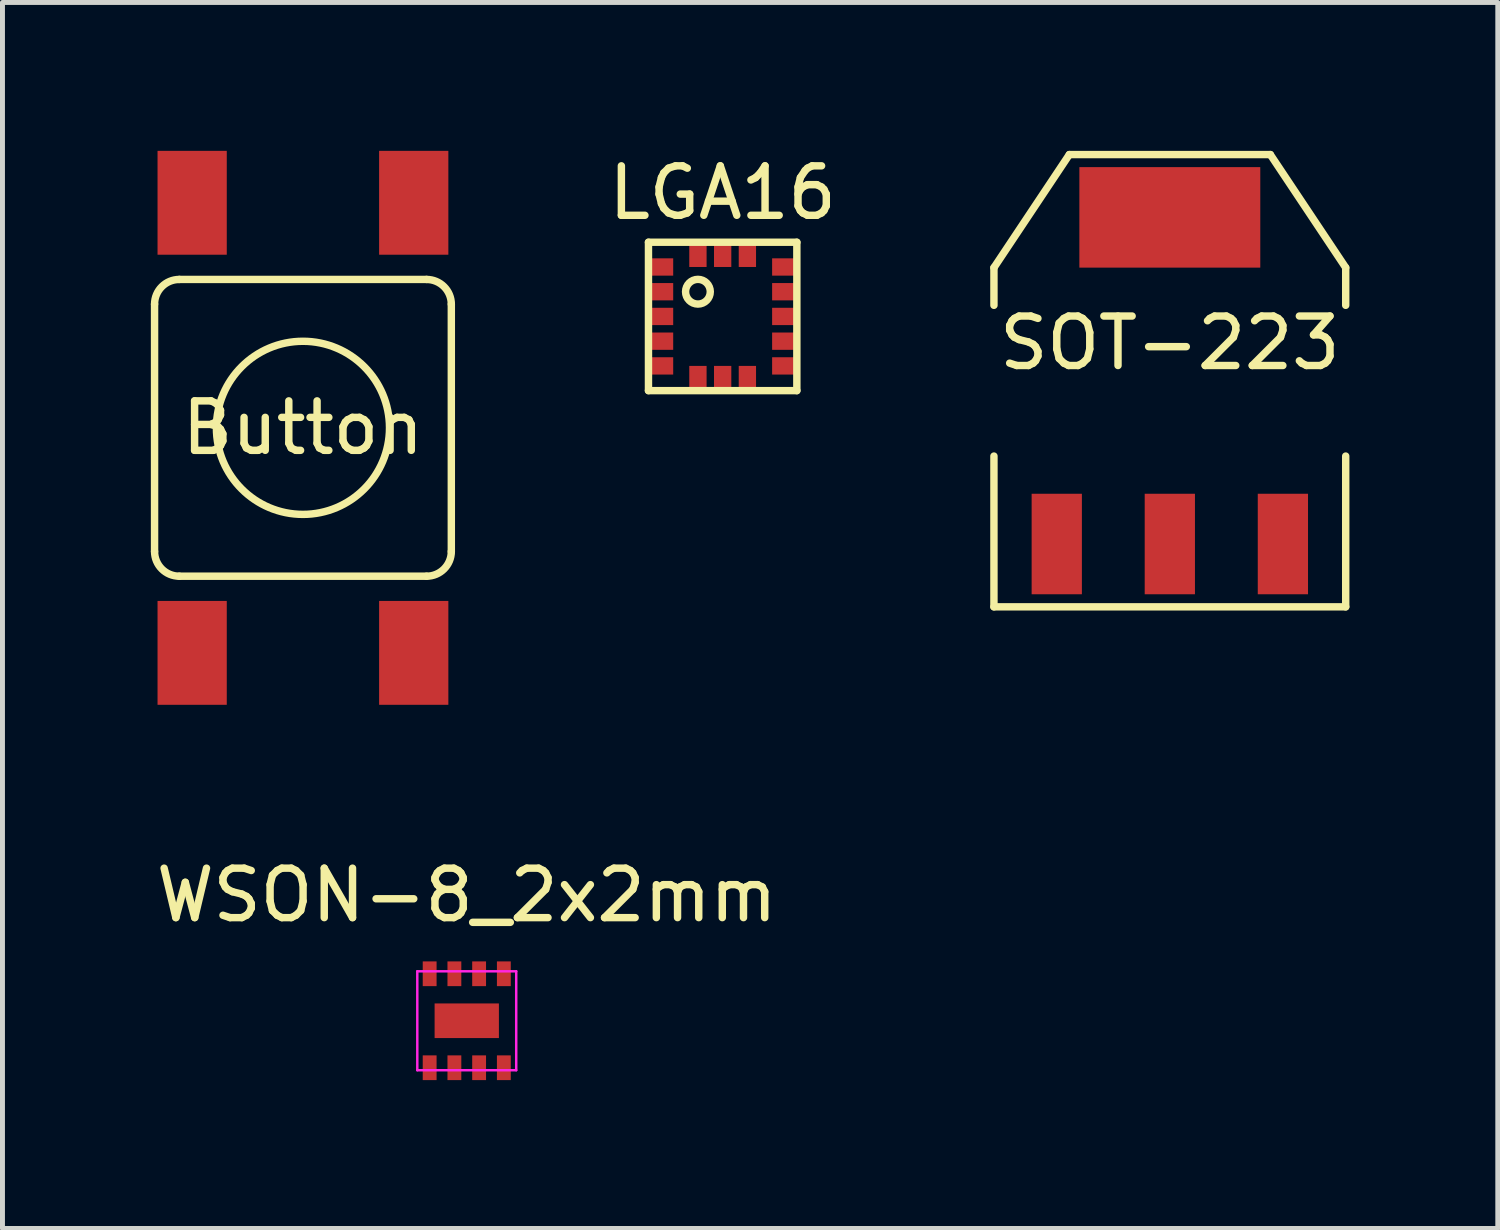
<source format=kicad_pcb>
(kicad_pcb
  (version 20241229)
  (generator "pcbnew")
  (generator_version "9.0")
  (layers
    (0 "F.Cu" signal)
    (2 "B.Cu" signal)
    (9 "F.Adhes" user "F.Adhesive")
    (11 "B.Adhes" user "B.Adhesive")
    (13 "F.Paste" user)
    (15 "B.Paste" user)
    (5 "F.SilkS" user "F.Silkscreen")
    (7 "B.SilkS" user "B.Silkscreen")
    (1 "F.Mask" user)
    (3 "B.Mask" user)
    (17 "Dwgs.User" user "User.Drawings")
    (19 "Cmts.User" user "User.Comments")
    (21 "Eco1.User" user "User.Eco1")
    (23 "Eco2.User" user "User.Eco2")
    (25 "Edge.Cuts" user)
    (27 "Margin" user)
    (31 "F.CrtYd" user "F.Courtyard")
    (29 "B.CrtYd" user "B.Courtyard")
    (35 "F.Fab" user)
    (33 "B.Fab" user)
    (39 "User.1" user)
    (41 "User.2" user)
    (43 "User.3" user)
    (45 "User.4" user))
  (footprint "WSON-8_2x2mm"
    (layer "F.Cu")
    (at 6.387 17.588)
    (property "Reference" "WSON-8_2x2mm" (at 0 -2.54 0) (layer "F.SilkS") (effects (font (size 1 1) (thickness 0.15))))
    (attr smd)
    (fp_line (start -1 -1) (end -1 1) (stroke (width 0.05) (type solid)) (layer "F.CrtYd"))
    (fp_line (start -1 -1) (end 1 -1) (stroke (width 0.05) (type solid)) (layer "F.CrtYd"))
    (fp_line (start -1 1) (end 1 1) (stroke (width 0.05) (type solid)) (layer "F.CrtYd"))
    (fp_line (start 1 -1) (end 1 1) (stroke (width 0.05) (type solid)) (layer "F.CrtYd"))
    (pad "1" smd rect (at -0.75 -0.95) (size 0.28 0.5) (layers "F.Cu" "F.Mask" "F.Paste"))
    (pad "2" smd rect (at -0.25 -0.95) (size 0.28 0.5) (layers "F.Cu" "F.Mask" "F.Paste"))
    (pad "3" smd rect (at 0.25 -0.95) (size 0.28 0.5) (layers "F.Cu" "F.Mask" "F.Paste"))
    (pad "4" smd rect (at 0.75 -0.95) (size 0.28 0.5) (layers "F.Cu" "F.Mask" "F.Paste"))
    (pad "5" smd rect (at 0.75 0.95) (size 0.28 0.5) (layers "F.Cu" "F.Mask" "F.Paste"))
    (pad "6" smd rect (at 0.25 0.95) (size 0.28 0.5) (layers "F.Cu" "F.Mask" "F.Paste"))
    (pad "7" smd rect (at -0.25 0.95) (size 0.28 0.5) (layers "F.Cu" "F.Mask" "F.Paste"))
    (pad "8" smd rect (at -0.75 0.95) (size 0.28 0.5) (layers "F.Cu" "F.Mask" "F.Paste"))
    (pad "9" smd rect (at 0 0) (size 1.3 0.7) (layers "F.Cu" "F.Mask" "F.Paste")))
  (footprint "LGA16"
    (layer "F.Cu")
    (at 11.561 3.348)
    (property "Reference" "LGA16" (at 0 -2.5 0) (layer "F.SilkS") (effects (font (size 1 1) (thickness 0.15))))
    (attr through_hole)
    (fp_line (start -0.7 -0.7) (end -0.7 0.7) (stroke (width 0.2) (type solid)) (layer "F.Mask"))
    (fp_line (start -0.7 0.7) (end 0.7 0.7) (stroke (width 0.2) (type solid)) (layer "F.Mask"))
    (fp_line (start -0.5 -0.6) (end -0.5 0.6) (stroke (width 0.2) (type solid)) (layer "F.Mask"))
    (fp_line (start -0.3 -0.6) (end -0.3 0.6) (stroke (width 0.2) (type solid)) (layer "F.Mask"))
    (fp_line (start -0.1 -0.6) (end -0.1 0.6) (stroke (width 0.2) (type solid)) (layer "F.Mask"))
    (fp_line (start 0.1 -0.6) (end 0.1 0.6) (stroke (width 0.2) (type solid)) (layer "F.Mask"))
    (fp_line (start 0.3 -0.6) (end 0.3 0.6) (stroke (width 0.2) (type solid)) (layer "F.Mask"))
    (fp_line (start 0.5 -0.6) (end 0.5 0.6) (stroke (width 0.2) (type solid)) (layer "F.Mask"))
    (fp_line (start 0.7 -0.7) (end -0.7 -0.7) (stroke (width 0.2) (type solid)) (layer "F.Mask"))
    (fp_line (start 0.7 0.7) (end 0.7 -0.7) (stroke (width 0.2) (type solid)) (layer "F.Mask"))
    (fp_line (start -1.5 -1.5) (end 1.5 -1.5) (stroke (width 0.15) (type solid)) (layer "F.SilkS"))
    (fp_line (start -1.5 1.5) (end -1.5 -1.5) (stroke (width 0.15) (type solid)) (layer "F.SilkS"))
    (fp_line (start 1.5 -1.5) (end 1.5 1.5) (stroke (width 0.15) (type solid)) (layer "F.SilkS"))
    (fp_line (start 1.5 1.5) (end -1.5 1.5) (stroke (width 0.15) (type solid)) (layer "F.SilkS"))
    (fp_circle (center -0.5 -0.5) (end -0.25 -0.5) (stroke (width 0.15) (type solid)) (fill no) (layer "F.SilkS"))
    (pad "1" smd rect (at -1.225 -1) (size 0.45 0.35) (layers "F.Cu" "F.Mask" "F.Paste"))
    (pad "2" smd rect (at -1.225 -0.5) (size 0.45 0.35) (layers "F.Cu" "F.Mask" "F.Paste"))
    (pad "3" smd rect (at -1.225 0) (size 0.45 0.35) (layers "F.Cu" "F.Mask" "F.Paste"))
    (pad "4" smd rect (at -1.225 0.5) (size 0.45 0.35) (layers "F.Cu" "F.Mask" "F.Paste"))
    (pad "5" smd rect (at -1.225 1) (size 0.45 0.35) (layers "F.Cu" "F.Mask" "F.Paste"))
    (pad "6" smd rect (at -0.5 1.225) (size 0.35 0.45) (layers "F.Cu" "F.Mask" "F.Paste"))
    (pad "7" smd rect (at 0 1.225) (size 0.35 0.45) (layers "F.Cu" "F.Mask" "F.Paste"))
    (pad "8" smd rect (at 0.5 1.225) (size 0.35 0.45) (layers "F.Cu" "F.Mask" "F.Paste"))
    (pad "9" smd rect (at 1.225 1) (size 0.45 0.35) (layers "F.Cu" "F.Mask" "F.Paste"))
    (pad "10" smd rect (at 1.225 0.5) (size 0.45 0.35) (layers "F.Cu" "F.Mask" "F.Paste"))
    (pad "11" smd rect (at 1.225 0) (size 0.45 0.35) (layers "F.Cu" "F.Mask" "F.Paste"))
    (pad "12" smd rect (at 1.225 -0.5) (size 0.45 0.35) (layers "F.Cu" "F.Mask" "F.Paste"))
    (pad "13" smd rect (at 1.225 -1) (size 0.45 0.35) (layers "F.Cu" "F.Mask" "F.Paste"))
    (pad "14" smd rect (at 0.5 -1.225) (size 0.35 0.45) (layers "F.Cu" "F.Mask" "F.Paste"))
    (pad "15" smd rect (at 0 -1.225) (size 0.35 0.45) (layers "F.Cu" "F.Mask" "F.Paste"))
    (pad "16" smd rect (at -0.5 -1.225) (size 0.35 0.45) (layers "F.Cu" "F.Mask" "F.Paste")))
  (footprint "Button"
    (layer "F.Cu")
    (at 3.075 5.6)
    (property "Reference" "Button" (at 0 0 0) (layer "F.SilkS") (effects (font (size 1 1) (thickness 0.15))))
    (attr through_hole)
    (fp_line (start -3 2.5) (end -3 -2.5) (stroke (width 0.15) (type solid)) (layer "F.SilkS"))
    (fp_line (start -2.5 -3) (end 2.5 -3) (stroke (width 0.15) (type solid)) (layer "F.SilkS"))
    (fp_line (start 2.5 3) (end -2.5 3) (stroke (width 0.15) (type solid)) (layer "F.SilkS"))
    (fp_line (start 3 -2.5) (end 3 2.5) (stroke (width 0.15) (type solid)) (layer "F.SilkS"))
    (fp_arc (start -3 -2.5) (mid -2.853553 -2.853553) (end -2.5 -3) (stroke (width 0.15) (type solid)) (layer "F.SilkS"))
    (fp_arc (start -2.5 3) (mid -2.853553 2.853553) (end -3 2.5) (stroke (width 0.15) (type solid)) (layer "F.SilkS"))
    (fp_arc (start 2.5 -3) (mid 2.853553 -2.853553) (end 3 -2.5) (stroke (width 0.15) (type solid)) (layer "F.SilkS"))
    (fp_arc (start 3 2.5) (mid 2.853553 2.853553) (end 2.5 3) (stroke (width 0.15) (type solid)) (layer "F.SilkS"))
    (fp_circle (center 0 0) (end 1.75 0) (stroke (width 0.15) (type solid)) (fill no) (layer "F.SilkS"))
    (pad "1" smd rect (at 2.24 -4.55) (size 1.4 2.1) (layers "F.Cu" "F.Mask" "F.Paste"))
    (pad "1" smd rect (at 2.24 4.55) (size 1.4 2.1) (layers "F.Cu" "F.Mask" "F.Paste"))
    (pad "2" smd rect (at -2.24 -4.55) (size 1.4 2.1) (layers "F.Cu" "F.Mask" "F.Paste"))
    (pad "2" smd rect (at -2.24 4.55) (size 1.4 2.1) (layers "F.Cu" "F.Mask" "F.Paste")))
  (footprint "SOT-223"
    (layer "F.Cu")
    (at 20.602 4.647)
    (property "Reference" "SOT-223" (at 0 -0.762 0) (layer "F.SilkS") (effects (font (size 1 1) (thickness 0.15))))
    (attr smd)
    (fp_line (start -3.556 -2.286) (end -2.032 -4.572) (stroke (width 0.15) (type solid)) (layer "F.SilkS"))
    (fp_line (start -3.556 -1.524) (end -3.556 -2.286) (stroke (width 0.15) (type solid)) (layer "F.SilkS"))
    (fp_line (start -3.556 1.524) (end -3.556 4.572) (stroke (width 0.15) (type solid)) (layer "F.SilkS"))
    (fp_line (start -3.556 4.572) (end 3.556 4.572) (stroke (width 0.15) (type solid)) (layer "F.SilkS"))
    (fp_line (start -2.032 -4.572) (end 2.032 -4.572) (stroke (width 0.15) (type solid)) (layer "F.SilkS"))
    (fp_line (start 2.032 -4.572) (end 3.556 -2.286) (stroke (width 0.15) (type solid)) (layer "F.SilkS"))
    (fp_line (start 3.556 -2.286) (end 3.556 -1.524) (stroke (width 0.15) (type solid)) (layer "F.SilkS"))
    (fp_line (start 3.556 4.572) (end 3.556 1.524) (stroke (width 0.15) (type solid)) (layer "F.SilkS"))
    (pad "1" smd rect (at -2.286 3.302) (size 1.016 2.032) (layers "F.Cu" "F.Mask" "F.Paste"))
    (pad "2" smd rect (at 0 -3.302) (size 3.658 2.032) (layers "F.Cu" "F.Mask" "F.Paste"))
    (pad "2" smd rect (at 0 3.302) (size 1.016 2.032) (layers "F.Cu" "F.Mask" "F.Paste"))
    (pad "3" smd rect (at 2.286 3.302) (size 1.016 2.032) (layers "F.Cu" "F.Mask" "F.Paste")))
  (gr_rect
    (start -3 -3)
    (end 27.233 21.788)
    (stroke (width 0.1) (type default))
    (fill no)
    (layer "Edge.Cuts")))
</source>
